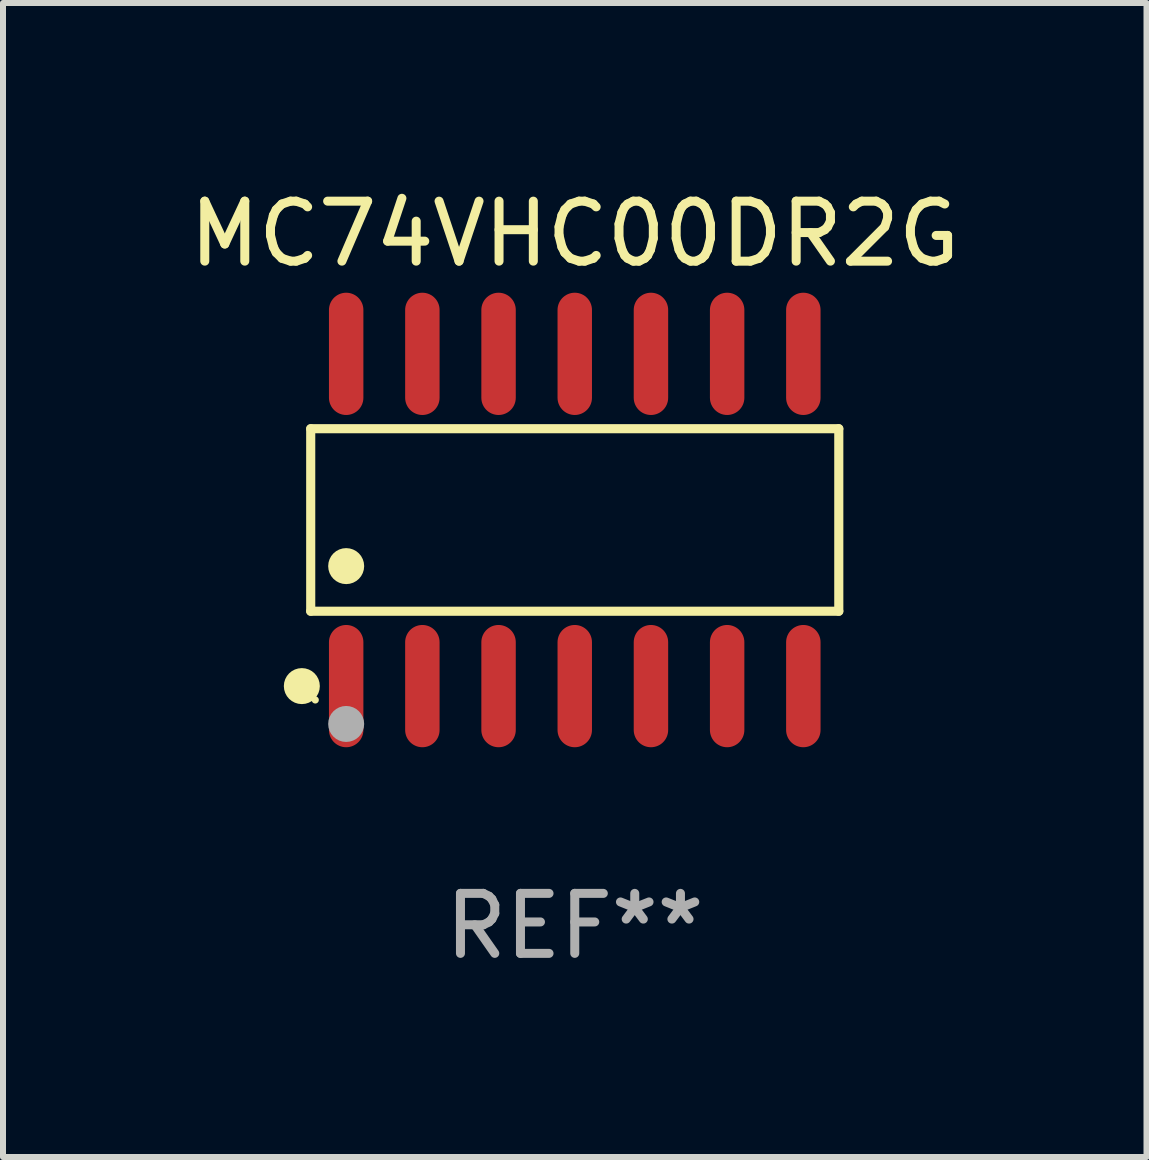
<source format=kicad_pcb>
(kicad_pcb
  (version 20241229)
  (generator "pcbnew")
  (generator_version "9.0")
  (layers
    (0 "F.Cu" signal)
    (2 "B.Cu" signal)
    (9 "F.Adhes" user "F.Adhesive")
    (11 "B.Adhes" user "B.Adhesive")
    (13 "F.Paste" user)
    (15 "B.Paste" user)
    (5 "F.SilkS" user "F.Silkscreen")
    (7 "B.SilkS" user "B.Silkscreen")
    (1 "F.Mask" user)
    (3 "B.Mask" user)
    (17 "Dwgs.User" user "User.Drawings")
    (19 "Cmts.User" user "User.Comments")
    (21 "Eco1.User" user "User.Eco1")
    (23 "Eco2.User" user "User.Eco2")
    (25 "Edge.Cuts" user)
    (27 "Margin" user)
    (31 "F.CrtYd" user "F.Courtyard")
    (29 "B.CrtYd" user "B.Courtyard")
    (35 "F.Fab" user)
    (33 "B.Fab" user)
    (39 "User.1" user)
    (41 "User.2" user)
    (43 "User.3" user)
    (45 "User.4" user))
  (footprint "MC74VHC00DR2G"
    (layer "F.Cu")
    (at 6.53 5.617)
    (property "Reference" "MC74VHC00DR2G" (at 0 -4.769 0) (layer "F.SilkS") (effects (font (size 1 1) (thickness 0.15))))
    (attr through_hole)
    (fp_line (start -4.401 -1.521) (end 4.401 -1.521) (stroke (width 0.152) (type solid)) (layer "F.SilkS"))
    (fp_line (start -4.401 1.521) (end -4.401 -1.521) (stroke (width 0.152) (type solid)) (layer "F.SilkS"))
    (fp_line (start 4.401 -1.521) (end 4.401 1.521) (stroke (width 0.152) (type solid)) (layer "F.SilkS"))
    (fp_line (start 4.401 1.521) (end -4.401 1.521) (stroke (width 0.152) (type solid)) (layer "F.SilkS"))
    (fp_circle (center -4.549 2.769) (end -4.399 2.769) (stroke (width 0.3) (type solid)) (fill no) (layer "F.SilkS"))
    (fp_circle (center -4.325 3) (end -4.295 3) (stroke (width 0.06) (type solid)) (fill no) (layer "F.SilkS"))
    (fp_circle (center -3.81 0.769) (end -3.66 0.769) (stroke (width 0.3) (type solid)) (fill no) (layer "F.SilkS"))
    (fp_circle (center -3.81 3.4) (end -3.66 3.4) (stroke (width 0.3) (type solid)) (fill no) (layer "F.Fab"))
    (fp_text user "REF**" (at 0 6.769 0) (layer "F.Fab") (effects (font (size 1 1) (thickness 0.15))))
    (pad "1" smd oval (at -3.81 2.769) (size 0.574 2.038) (layers "F.Cu" "F.Mask" "F.Paste"))
    (pad "2" smd oval (at -2.54 2.769) (size 0.574 2.038) (layers "F.Cu" "F.Mask" "F.Paste"))
    (pad "3" smd oval (at -1.27 2.769) (size 0.574 2.038) (layers "F.Cu" "F.Mask" "F.Paste"))
    (pad "4" smd oval (at 0 2.769) (size 0.574 2.038) (layers "F.Cu" "F.Mask" "F.Paste"))
    (pad "5" smd oval (at 1.27 2.769) (size 0.574 2.038) (layers "F.Cu" "F.Mask" "F.Paste"))
    (pad "6" smd oval (at 2.54 2.769) (size 0.574 2.038) (layers "F.Cu" "F.Mask" "F.Paste"))
    (pad "7" smd oval (at 3.81 2.769) (size 0.574 2.038) (layers "F.Cu" "F.Mask" "F.Paste"))
    (pad "8" smd oval (at 3.81 -2.769) (size 0.574 2.038) (layers "F.Cu" "F.Mask" "F.Paste"))
    (pad "9" smd oval (at 2.54 -2.769) (size 0.574 2.038) (layers "F.Cu" "F.Mask" "F.Paste"))
    (pad "10" smd oval (at 1.27 -2.769) (size 0.574 2.038) (layers "F.Cu" "F.Mask" "F.Paste"))
    (pad "11" smd oval (at 0 -2.769) (size 0.574 2.038) (layers "F.Cu" "F.Mask" "F.Paste"))
    (pad "12" smd oval (at -1.27 -2.769) (size 0.574 2.038) (layers "F.Cu" "F.Mask" "F.Paste"))
    (pad "13" smd oval (at -2.54 -2.769) (size 0.574 2.038) (layers "F.Cu" "F.Mask" "F.Paste"))
    (pad "14" smd oval (at -3.81 -2.769) (size 0.574 2.038) (layers "F.Cu" "F.Mask" "F.Paste")))
  (gr_rect
    (start -3 -3)
    (end 16.06 16.235)
    (stroke (width 0.1) (type default))
    (fill no)
    (layer "Edge.Cuts")))
</source>
